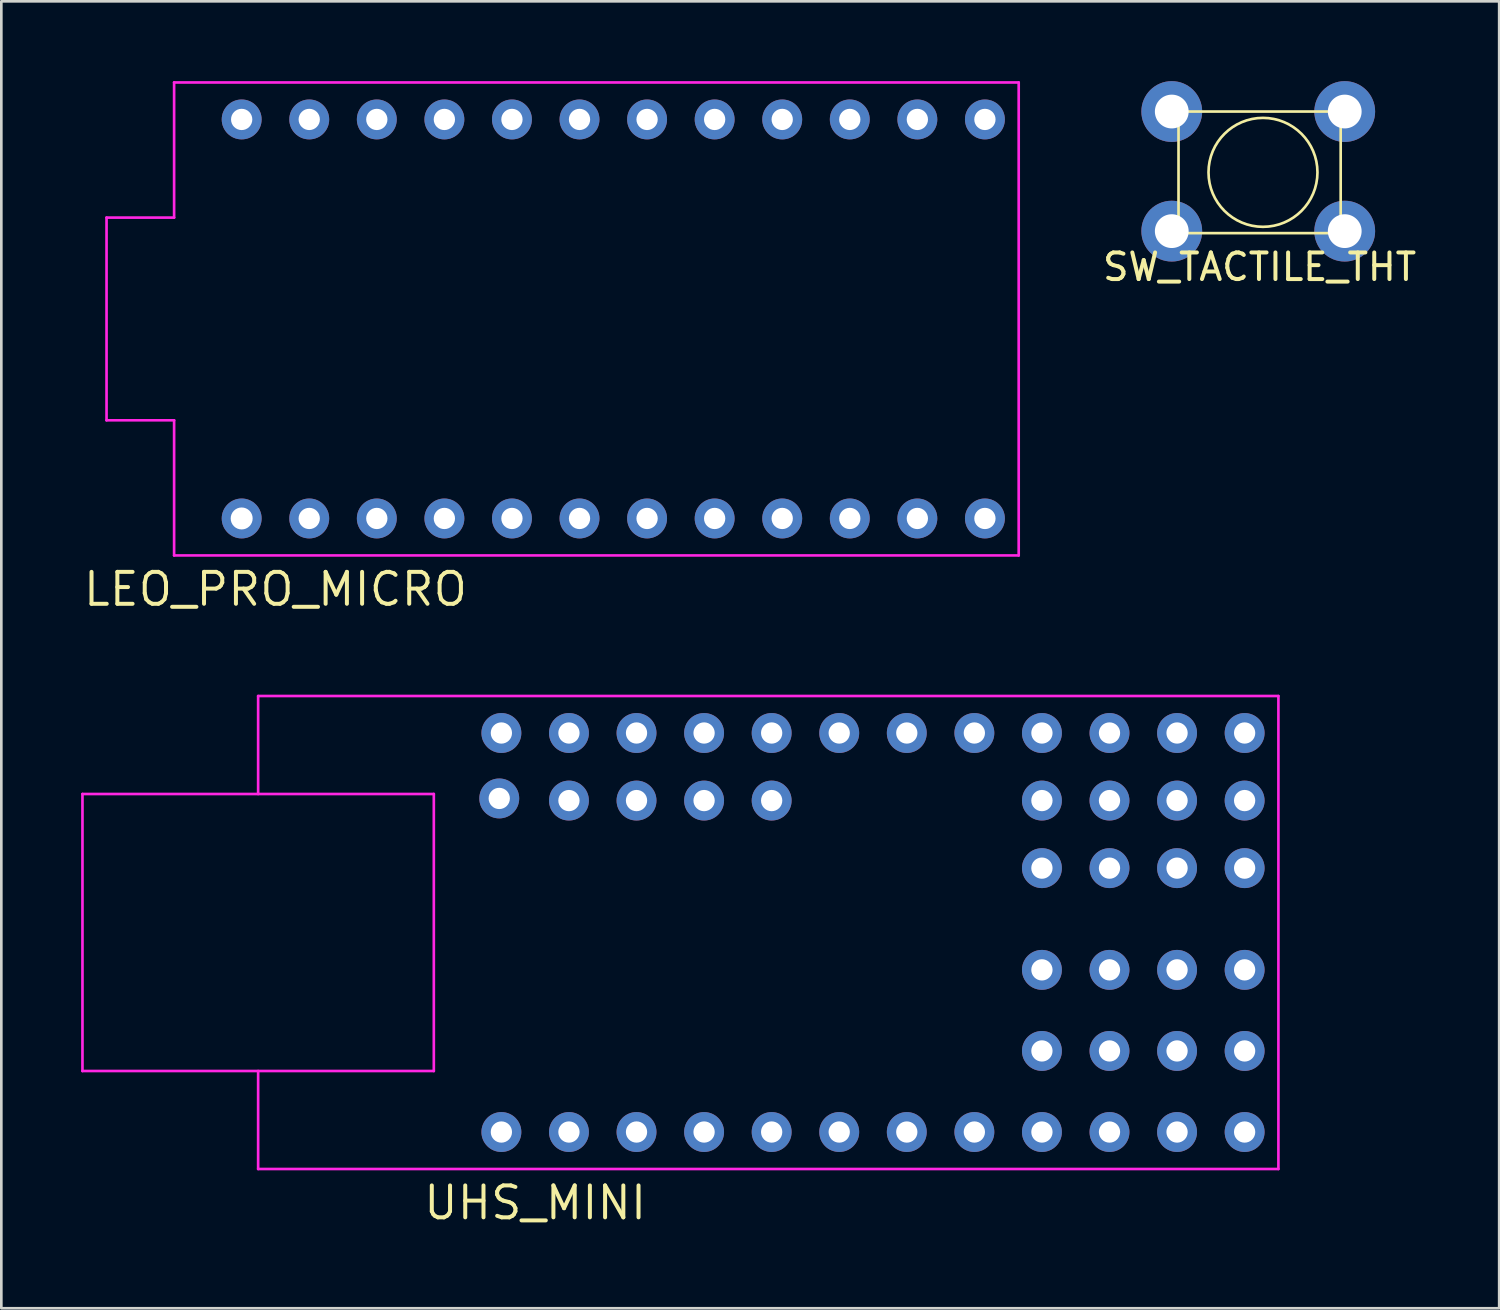
<source format=kicad_pcb>
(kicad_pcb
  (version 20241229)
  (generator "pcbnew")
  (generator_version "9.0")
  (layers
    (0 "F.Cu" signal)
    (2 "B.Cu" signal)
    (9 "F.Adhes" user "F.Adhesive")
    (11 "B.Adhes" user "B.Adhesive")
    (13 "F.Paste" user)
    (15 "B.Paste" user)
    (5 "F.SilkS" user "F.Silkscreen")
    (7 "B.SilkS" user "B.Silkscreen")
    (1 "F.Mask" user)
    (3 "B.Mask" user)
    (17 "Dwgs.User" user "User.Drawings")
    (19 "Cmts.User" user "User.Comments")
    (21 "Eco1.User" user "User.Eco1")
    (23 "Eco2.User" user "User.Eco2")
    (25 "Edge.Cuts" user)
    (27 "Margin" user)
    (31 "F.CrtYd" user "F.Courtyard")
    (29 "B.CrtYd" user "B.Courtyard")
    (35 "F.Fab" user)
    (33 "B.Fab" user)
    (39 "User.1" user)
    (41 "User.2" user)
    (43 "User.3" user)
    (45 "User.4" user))
  (footprint "UHS_MINI"
    (layer "F.Cu")
    (at 29.768 32.005)
    (property "Reference" "UHS_MINI" (at -12.7 10.16 180) (layer "F.SilkS") (effects (font (size 1.2 1.2) (thickness 0.15))))
    (attr through_hole)
    (fp_line (start -29.718 -5.207) (end -16.51 -5.207) (stroke (width 0.1) (type solid)) (layer "F.CrtYd"))
    (fp_line (start -29.718 5.207) (end -29.718 -5.207) (stroke (width 0.1) (type solid)) (layer "F.CrtYd"))
    (fp_line (start -29.718 5.207) (end -16.51 5.207) (stroke (width 0.1) (type solid)) (layer "F.CrtYd"))
    (fp_line (start -23.114 -8.89) (end 15.24 -8.89) (stroke (width 0.1) (type solid)) (layer "F.CrtYd"))
    (fp_line (start -23.114 -5.207) (end -23.114 -8.89) (stroke (width 0.1) (type solid)) (layer "F.CrtYd"))
    (fp_line (start -23.114 8.89) (end -23.114 5.207) (stroke (width 0.1) (type solid)) (layer "F.CrtYd"))
    (fp_line (start -16.51 -5.207) (end -16.51 5.207) (stroke (width 0.1) (type solid)) (layer "F.CrtYd"))
    (fp_line (start 15.24 -8.89) (end 15.24 8.89) (stroke (width 0.1) (type solid)) (layer "F.CrtYd"))
    (fp_line (start 15.24 8.89) (end -23.114 8.89) (stroke (width 0.1) (type solid)) (layer "F.CrtYd"))
    (pad "1" thru_hole circle (at -13.97 7.5) (size 1.5 1.5) (drill 0.8) (layers "*.Cu" "*.Mask"))
    (pad "2" thru_hole circle (at -11.43 7.5) (size 1.5 1.5) (drill 0.8) (layers "*.Cu" "*.Mask"))
    (pad "3" thru_hole circle (at -8.89 7.5) (size 1.5 1.5) (drill 0.8) (layers "*.Cu" "*.Mask"))
    (pad "4" thru_hole circle (at -6.35 7.5) (size 1.5 1.5) (drill 0.8) (layers "*.Cu" "*.Mask"))
    (pad "5" thru_hole circle (at -3.81 7.5) (size 1.5 1.5) (drill 0.8) (layers "*.Cu" "*.Mask"))
    (pad "6" thru_hole circle (at -1.27 7.5) (size 1.5 1.5) (drill 0.8) (layers "*.Cu" "*.Mask"))
    (pad "7" thru_hole circle (at 1.27 7.5) (size 1.5 1.5) (drill 0.8) (layers "*.Cu" "*.Mask"))
    (pad "8" thru_hole circle (at 3.81 7.5) (size 1.5 1.5) (drill 0.8) (layers "*.Cu" "*.Mask"))
    (pad "9" thru_hole circle (at 6.35 7.5) (size 1.5 1.5) (drill 0.8) (layers "*.Cu" "*.Mask"))
    (pad "10" thru_hole circle (at 8.89 7.5) (size 1.5 1.5) (drill 0.8) (layers "*.Cu" "*.Mask"))
    (pad "11" thru_hole circle (at 11.43 7.5) (size 1.5 1.5) (drill 0.8) (layers "*.Cu" "*.Mask"))
    (pad "12" thru_hole circle (at 13.97 7.5) (size 1.5 1.5) (drill 0.8) (layers "*.Cu" "*.Mask"))
    (pad "13" thru_hole circle (at 13.97 -7.5) (size 1.5 1.5) (drill 0.8) (layers "*.Cu" "*.Mask"))
    (pad "14" thru_hole circle (at 11.43 -7.5) (size 1.5 1.5) (drill 0.8) (layers "*.Cu" "*.Mask"))
    (pad "15" thru_hole circle (at 8.89 -7.5) (size 1.5 1.5) (drill 0.8) (layers "*.Cu" "*.Mask"))
    (pad "16" thru_hole circle (at 6.35 -7.5) (size 1.5 1.5) (drill 0.8) (layers "*.Cu" "*.Mask"))
    (pad "17" thru_hole circle (at 3.81 -7.5) (size 1.5 1.5) (drill 0.8) (layers "*.Cu" "*.Mask"))
    (pad "18" thru_hole circle (at 1.27 -7.5) (size 1.5 1.5) (drill 0.8) (layers "*.Cu" "*.Mask"))
    (pad "19" thru_hole circle (at -1.27 -7.5) (size 1.5 1.5) (drill 0.8) (layers "*.Cu" "*.Mask"))
    (pad "20" thru_hole circle (at -3.81 -7.5) (size 1.5 1.5) (drill 0.8) (layers "*.Cu" "*.Mask"))
    (pad "21" thru_hole circle (at -6.35 -7.5) (size 1.5 1.5) (drill 0.8) (layers "*.Cu" "*.Mask"))
    (pad "22" thru_hole circle (at -8.89 -7.5) (size 1.5 1.5) (drill 0.8) (layers "*.Cu" "*.Mask"))
    (pad "23" thru_hole circle (at -11.43 -7.5) (size 1.5 1.5) (drill 0.8) (layers "*.Cu" "*.Mask"))
    (pad "24" thru_hole circle (at -13.97 -7.5) (size 1.5 1.5) (drill 0.8) (layers "*.Cu" "*.Mask"))
    (pad "25" thru_hole circle (at -14.05 -5.04) (size 1.5 1.5) (drill 0.8) (layers "*.Cu" "*.Mask"))
    (pad "26" thru_hole circle (at -11.43 -4.96) (size 1.5 1.5) (drill 0.8) (layers "*.Cu" "*.Mask"))
    (pad "27" thru_hole circle (at -8.89 -4.96) (size 1.5 1.5) (drill 0.8) (layers "*.Cu" "*.Mask"))
    (pad "28" thru_hole circle (at -6.35 -4.96) (size 1.5 1.5) (drill 0.8) (layers "*.Cu" "*.Mask"))
    (pad "29" thru_hole circle (at -3.81 -4.96) (size 1.5 1.5) (drill 0.8) (layers "*.Cu" "*.Mask"))
    (pad "30" thru_hole circle (at 13.97 4.452) (size 1.5 1.5) (drill 0.8) (layers "*.Cu" "*.Mask"))
    (pad "31" thru_hole circle (at 11.43 4.452) (size 1.5 1.5) (drill 0.8) (layers "*.Cu" "*.Mask"))
    (pad "32" thru_hole circle (at 8.89 4.452) (size 1.5 1.5) (drill 0.8) (layers "*.Cu" "*.Mask"))
    (pad "33" thru_hole circle (at 6.35 4.452) (size 1.5 1.5) (drill 0.8) (layers "*.Cu" "*.Mask"))
    (pad "34" thru_hole circle (at 13.97 1.404) (size 1.5 1.5) (drill 0.8) (layers "*.Cu" "*.Mask"))
    (pad "35" thru_hole circle (at 11.43 1.404) (size 1.5 1.5) (drill 0.8) (layers "*.Cu" "*.Mask"))
    (pad "36" thru_hole circle (at 8.89 1.404) (size 1.5 1.5) (drill 0.8) (layers "*.Cu" "*.Mask"))
    (pad "37" thru_hole circle (at 6.35 1.404) (size 1.5 1.5) (drill 0.8) (layers "*.Cu" "*.Mask"))
    (pad "38" thru_hole circle (at 13.97 -2.42) (size 1.5 1.5) (drill 0.8) (layers "*.Cu" "*.Mask"))
    (pad "39" thru_hole circle (at 11.43 -2.42) (size 1.5 1.5) (drill 0.8) (layers "*.Cu" "*.Mask"))
    (pad "40" thru_hole circle (at 8.89 -2.42) (size 1.5 1.5) (drill 0.8) (layers "*.Cu" "*.Mask"))
    (pad "41" thru_hole circle (at 6.35 -2.42) (size 1.5 1.5) (drill 0.8) (layers "*.Cu" "*.Mask"))
    (pad "42" thru_hole circle (at 13.97 -4.96) (size 1.5 1.5) (drill 0.8) (layers "*.Cu" "*.Mask"))
    (pad "43" thru_hole circle (at 11.43 -4.96) (size 1.5 1.5) (drill 0.8) (layers "*.Cu" "*.Mask"))
    (pad "44" thru_hole circle (at 8.89 -4.96) (size 1.5 1.5) (drill 0.8) (layers "*.Cu" "*.Mask"))
    (pad "45" thru_hole circle (at 6.35 -4.96) (size 1.5 1.5) (drill 0.8) (layers "*.Cu" "*.Mask")))
  (footprint "LEO_PRO_MICRO"
    (layer "F.Cu")
    (at 20.005 8.94)
    (property "Reference" "LEO_PRO_MICRO" (at -12.7 10.16 180) (layer "F.SilkS") (effects (font (size 1.2 1.2) (thickness 0.15))))
    (attr through_hole)
    (fp_line (start -19.05 -3.81) (end -16.51 -3.81) (stroke (width 0.1) (type solid)) (layer "F.CrtYd"))
    (fp_line (start -19.05 3.81) (end -19.05 -3.81) (stroke (width 0.1) (type solid)) (layer "F.CrtYd"))
    (fp_line (start -16.51 -8.89) (end 15.24 -8.89) (stroke (width 0.1) (type solid)) (layer "F.CrtYd"))
    (fp_line (start -16.51 -3.81) (end -16.51 -8.89) (stroke (width 0.1) (type solid)) (layer "F.CrtYd"))
    (fp_line (start -16.51 3.81) (end -19.05 3.81) (stroke (width 0.1) (type solid)) (layer "F.CrtYd"))
    (fp_line (start -16.51 8.89) (end -16.51 3.81) (stroke (width 0.1) (type solid)) (layer "F.CrtYd"))
    (fp_line (start 15.24 -8.89) (end 15.24 8.89) (stroke (width 0.1) (type solid)) (layer "F.CrtYd"))
    (fp_line (start 15.24 8.89) (end -16.51 8.89) (stroke (width 0.1) (type solid)) (layer "F.CrtYd"))
    (pad "1" thru_hole circle (at -13.97 7.5) (size 1.5 1.5) (drill 0.826) (layers "*.Cu" "*.Mask"))
    (pad "2" thru_hole circle (at -11.43 7.5) (size 1.5 1.5) (drill 0.8) (layers "*.Cu" "*.Mask"))
    (pad "3" thru_hole circle (at -8.89 7.5) (size 1.5 1.5) (drill 0.8) (layers "*.Cu" "*.Mask"))
    (pad "4" thru_hole circle (at -6.35 7.5) (size 1.5 1.5) (drill 0.8) (layers "*.Cu" "*.Mask"))
    (pad "5" thru_hole circle (at -3.81 7.5) (size 1.5 1.5) (drill 0.8) (layers "*.Cu" "*.Mask"))
    (pad "6" thru_hole circle (at -1.27 7.5) (size 1.5 1.5) (drill 0.8) (layers "*.Cu" "*.Mask"))
    (pad "7" thru_hole circle (at 1.27 7.5) (size 1.5 1.5) (drill 0.8) (layers "*.Cu" "*.Mask"))
    (pad "8" thru_hole circle (at 3.81 7.5) (size 1.5 1.5) (drill 0.8) (layers "*.Cu" "*.Mask"))
    (pad "9" thru_hole circle (at 6.35 7.5) (size 1.5 1.5) (drill 0.8) (layers "*.Cu" "*.Mask"))
    (pad "10" thru_hole circle (at 8.89 7.5) (size 1.5 1.5) (drill 0.8) (layers "*.Cu" "*.Mask"))
    (pad "11" thru_hole circle (at 11.43 7.5) (size 1.5 1.5) (drill 0.8) (layers "*.Cu" "*.Mask"))
    (pad "12" thru_hole circle (at 13.97 7.5) (size 1.5 1.5) (drill 0.8) (layers "*.Cu" "*.Mask"))
    (pad "13" thru_hole circle (at 13.97 -7.5) (size 1.5 1.5) (drill 0.8) (layers "*.Cu" "*.Mask"))
    (pad "14" thru_hole circle (at 11.43 -7.5) (size 1.5 1.5) (drill 0.8) (layers "*.Cu" "*.Mask"))
    (pad "15" thru_hole circle (at 8.89 -7.5) (size 1.5 1.5) (drill 0.8) (layers "*.Cu" "*.Mask"))
    (pad "16" thru_hole circle (at 6.35 -7.5) (size 1.5 1.5) (drill 0.8) (layers "*.Cu" "*.Mask"))
    (pad "17" thru_hole circle (at 3.81 -7.5) (size 1.5 1.5) (drill 0.8) (layers "*.Cu" "*.Mask"))
    (pad "18" thru_hole circle (at 1.27 -7.5) (size 1.5 1.5) (drill 0.8) (layers "*.Cu" "*.Mask"))
    (pad "19" thru_hole circle (at -1.27 -7.5) (size 1.5 1.5) (drill 0.8) (layers "*.Cu" "*.Mask"))
    (pad "20" thru_hole circle (at -3.81 -7.5) (size 1.5 1.5) (drill 0.8) (layers "*.Cu" "*.Mask"))
    (pad "21" thru_hole circle (at -6.35 -7.5) (size 1.5 1.5) (drill 0.8) (layers "*.Cu" "*.Mask"))
    (pad "22" thru_hole circle (at -8.89 -7.5) (size 1.5 1.5) (drill 0.8) (layers "*.Cu" "*.Mask"))
    (pad "23" thru_hole circle (at -11.43 -7.5) (size 1.5 1.5) (drill 0.8) (layers "*.Cu" "*.Mask"))
    (pad "24" thru_hole circle (at -13.97 -7.5) (size 1.5 1.5) (drill 0.8) (layers "*.Cu" "*.Mask")))
  (footprint "SW_TACTILE_THT"
    (layer "F.Cu")
    (at 40.999 1.143)
    (property "Reference" "SW_TACTILE_THT" (at 3.302 5.842 0) (layer "F.SilkS") (effects (font (size 1 1) (thickness 0.15))))
    (attr through_hole)
    (fp_line (start 0 4.572) (end 0.254 4.572) (stroke (width 0.1) (type solid)) (layer "F.SilkS"))
    (fp_line (start 0.254 0) (end 0.254 4.572) (stroke (width 0.1) (type solid)) (layer "F.SilkS"))
    (fp_line (start 0.254 0) (end 6.35 0) (stroke (width 0.1) (type solid)) (layer "F.SilkS"))
    (fp_line (start 6.35 0) (end 6.35 4.572) (stroke (width 0.1) (type solid)) (layer "F.SilkS"))
    (fp_line (start 6.35 4.572) (end 0 4.572) (stroke (width 0.1) (type solid)) (layer "F.SilkS"))
    (fp_circle (center 3.429 2.286) (end 5.461 2.54) (stroke (width 0.1) (type solid)) (fill no) (layer "F.SilkS"))
    (pad "1" thru_hole circle (at 0 0) (size 2.286 2.286) (drill 1.27) (layers "*.Cu" "*.Mask"))
    (pad "1" thru_hole circle (at 6.502 0) (size 2.286 2.286) (drill 1.27) (layers "*.Cu" "*.Mask"))
    (pad "2" thru_hole circle (at 0 4.496) (size 2.286 2.286) (drill 1.27) (layers "*.Cu" "*.Mask"))
    (pad "2" thru_hole circle (at 6.502 4.496) (size 2.286 2.286) (drill 1.27) (layers "*.Cu" "*.Mask")))
  (gr_rect
    (start -3 -3)
    (end 53.307 46.13)
    (stroke (width 0.1) (type default))
    (fill no)
    (layer "Edge.Cuts")))
</source>
